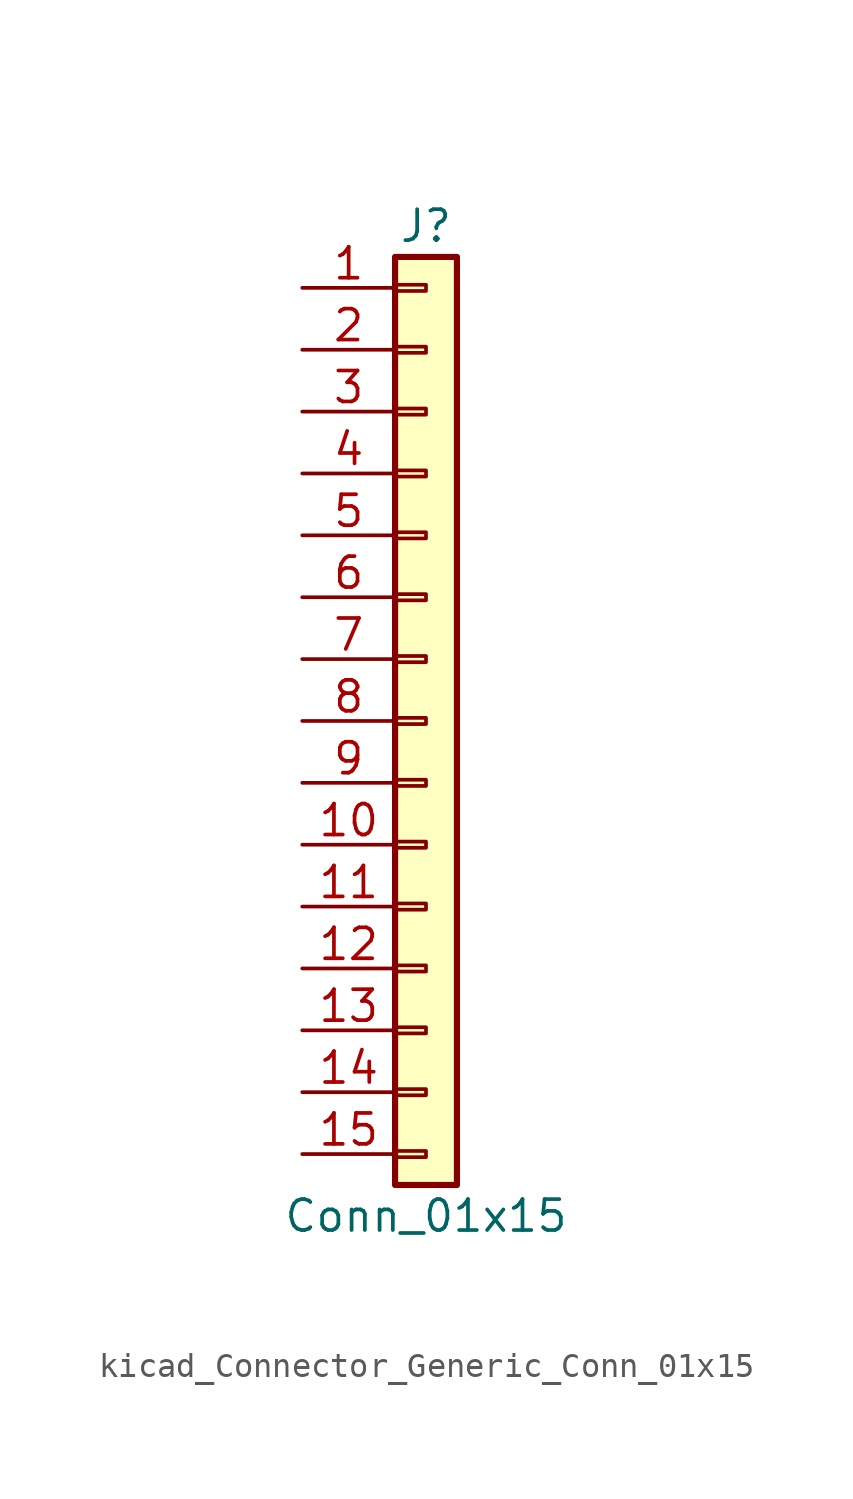
<source format=kicad_sym>
(kicad_symbol_lib
  (version 20220914)
  (generator kicad_symbol_editor)
  (symbol "kicad_Connector_Generic_Conn_01x15"
    (pin_names
      (offset 1.016) hide)
    (property "Reference" "J"
      (at 0 20.32 0)
      (effects (font (size 1.27 1.27))))
    (property "Value" "Conn_01x15"
      (at 0 -20.32 0)
      (effects (font (size 1.27 1.27))))
    (symbol "kicad_Connector_Generic_Conn_01x15_1_1"
      (rectangle (start -1.27 -17.653) (end 0 -17.907) (stroke (width 0.152) (type default)) (fill (type none)))
      (rectangle (start -1.27 -15.113) (end 0 -15.367) (stroke (width 0.152) (type default)) (fill (type none)))
      (rectangle (start -1.27 -12.573) (end 0 -12.827) (stroke (width 0.152) (type default)) (fill (type none)))
      (rectangle (start -1.27 -10.033) (end 0 -10.287) (stroke (width 0.152) (type default)) (fill (type none)))
      (rectangle (start -1.27 -7.493) (end 0 -7.747) (stroke (width 0.152) (type default)) (fill (type none)))
      (rectangle (start -1.27 -4.953) (end 0 -5.207) (stroke (width 0.152) (type default)) (fill (type none)))
      (rectangle (start -1.27 -2.413) (end 0 -2.667) (stroke (width 0.152) (type default)) (fill (type none)))
      (rectangle (start -1.27 0.127) (end 0 -0.127) (stroke (width 0.152) (type default)) (fill (type none)))
      (rectangle (start -1.27 2.667) (end 0 2.413) (stroke (width 0.152) (type default)) (fill (type none)))
      (rectangle (start -1.27 5.207) (end 0 4.953) (stroke (width 0.152) (type default)) (fill (type none)))
      (rectangle (start -1.27 7.747) (end 0 7.493) (stroke (width 0.152) (type default)) (fill (type none)))
      (rectangle (start -1.27 10.287) (end 0 10.033) (stroke (width 0.152) (type default)) (fill (type none)))
      (rectangle (start -1.27 12.827) (end 0 12.573) (stroke (width 0.152) (type default)) (fill (type none)))
      (rectangle (start -1.27 15.367) (end 0 15.113) (stroke (width 0.152) (type default)) (fill (type none)))
      (rectangle (start -1.27 17.907) (end 0 17.653) (stroke (width 0.152) (type default)) (fill (type none)))
      (rectangle (start -1.27 19.05) (end 1.27 -19.05) (stroke (width 0.254) (type default)) (fill (type background)))
      (pin passive line (at -5.08 17.78 0) (length 3.81) (name "Pin_1" (effects (font (size 1.27 1.27)))) (number "1" (effects (font (size 1.27 1.27)))))
      (pin passive line (at -5.08 -5.08 0) (length 3.81) (name "Pin_10" (effects (font (size 1.27 1.27)))) (number "10" (effects (font (size 1.27 1.27)))))
      (pin passive line (at -5.08 -7.62 0) (length 3.81) (name "Pin_11" (effects (font (size 1.27 1.27)))) (number "11" (effects (font (size 1.27 1.27)))))
      (pin passive line (at -5.08 -10.16 0) (length 3.81) (name "Pin_12" (effects (font (size 1.27 1.27)))) (number "12" (effects (font (size 1.27 1.27)))))
      (pin passive line (at -5.08 -12.7 0) (length 3.81) (name "Pin_13" (effects (font (size 1.27 1.27)))) (number "13" (effects (font (size 1.27 1.27)))))
      (pin passive line (at -5.08 -15.24 0) (length 3.81) (name "Pin_14" (effects (font (size 1.27 1.27)))) (number "14" (effects (font (size 1.27 1.27)))))
      (pin passive line (at -5.08 -17.78 0) (length 3.81) (name "Pin_15" (effects (font (size 1.27 1.27)))) (number "15" (effects (font (size 1.27 1.27)))))
      (pin passive line (at -5.08 15.24 0) (length 3.81) (name "Pin_2" (effects (font (size 1.27 1.27)))) (number "2" (effects (font (size 1.27 1.27)))))
      (pin passive line (at -5.08 12.7 0) (length 3.81) (name "Pin_3" (effects (font (size 1.27 1.27)))) (number "3" (effects (font (size 1.27 1.27)))))
      (pin passive line (at -5.08 10.16 0) (length 3.81) (name "Pin_4" (effects (font (size 1.27 1.27)))) (number "4" (effects (font (size 1.27 1.27)))))
      (pin passive line (at -5.08 7.62 0) (length 3.81) (name "Pin_5" (effects (font (size 1.27 1.27)))) (number "5" (effects (font (size 1.27 1.27)))))
      (pin passive line (at -5.08 5.08 0) (length 3.81) (name "Pin_6" (effects (font (size 1.27 1.27)))) (number "6" (effects (font (size 1.27 1.27)))))
      (pin passive line (at -5.08 2.54 0) (length 3.81) (name "Pin_7" (effects (font (size 1.27 1.27)))) (number "7" (effects (font (size 1.27 1.27)))))
      (pin passive line (at -5.08 0 0) (length 3.81) (name "Pin_8" (effects (font (size 1.27 1.27)))) (number "8" (effects (font (size 1.27 1.27)))))
      (pin passive line (at -5.08 -2.54 0) (length 3.81) (name "Pin_9" (effects (font (size 1.27 1.27)))) (number "9" (effects (font (size 1.27 1.27))))))))
</source>
